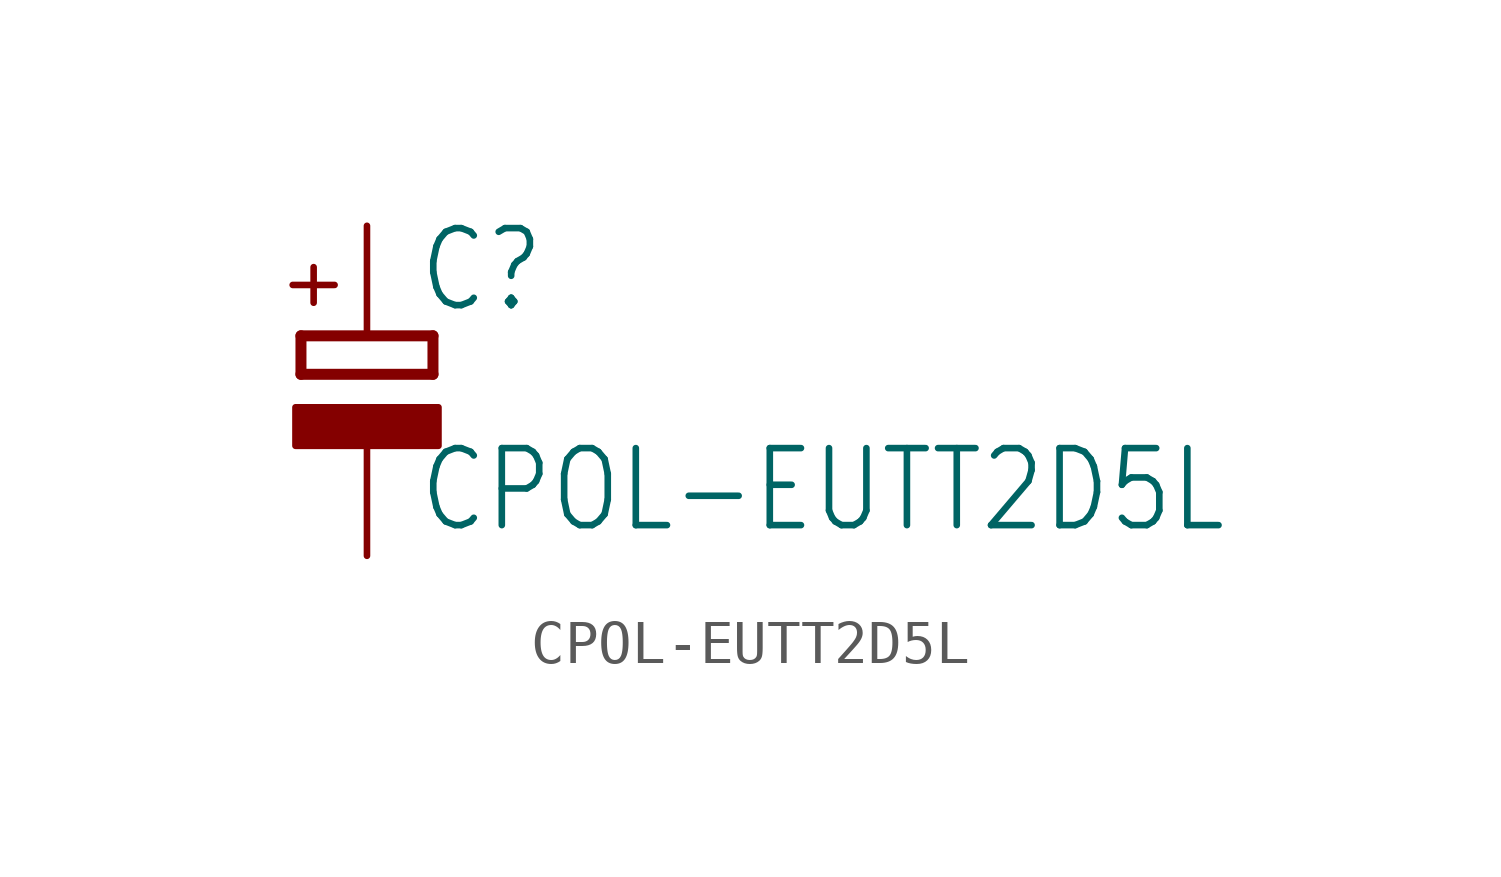
<source format=kicad_sym>
(kicad_symbol_lib
  (version 20220331)
  (generator kicad_symbol_editor)
  (symbol "CPOL-EUTT2D5L"
    (property "Reference" "C"
      (at 1.143 0.483 0)
      (effects (font (size 1.778 1.511)) (justify left bottom)))
    (property "Value" "CPOL-EUTT2D5L"
      (at 1.143 -4.597 0)
      (effects (font (size 1.778 1.511)) (justify left bottom)))
    (property "ki_locked" ""
      (at 0 0 0)
      (effects (font (size 1.27 1.27))))
    (symbol "CPOL-EUTT2D5L_1_0"
      (rectangle (start -1.651 -2.54) (end 1.651 -1.651) (stroke (width 0) (type default)) (fill (type outline)))
      (polyline (pts (xy -1.524 -0.889) (xy 1.524 -0.889)) (stroke (width 0.254) (type solid)) (fill (type none)))
      (polyline (pts (xy -1.524 0) (xy -1.524 -0.889)) (stroke (width 0.254) (type solid)) (fill (type none)))
      (polyline (pts (xy -1.524 0) (xy 1.524 0)) (stroke (width 0.254) (type solid)) (fill (type none)))
      (polyline (pts (xy 1.524 -0.889) (xy 1.524 0)) (stroke (width 0.254) (type solid)) (fill (type none)))
      (text "+" (at -0.584 0.406 900) (effects (font (size 1.27 1.079)) (justify left bottom)))
      (pin passive line (at 0 2.54 270) (length 2.54) (name "+" (effects (font (size 0 0)))) (number "+" (effects (font (size 0 0)))))
      (pin passive line (at 0 -5.08 90) (length 2.54) (name "-" (effects (font (size 0 0)))) (number "-" (effects (font (size 0 0))))))))
</source>
